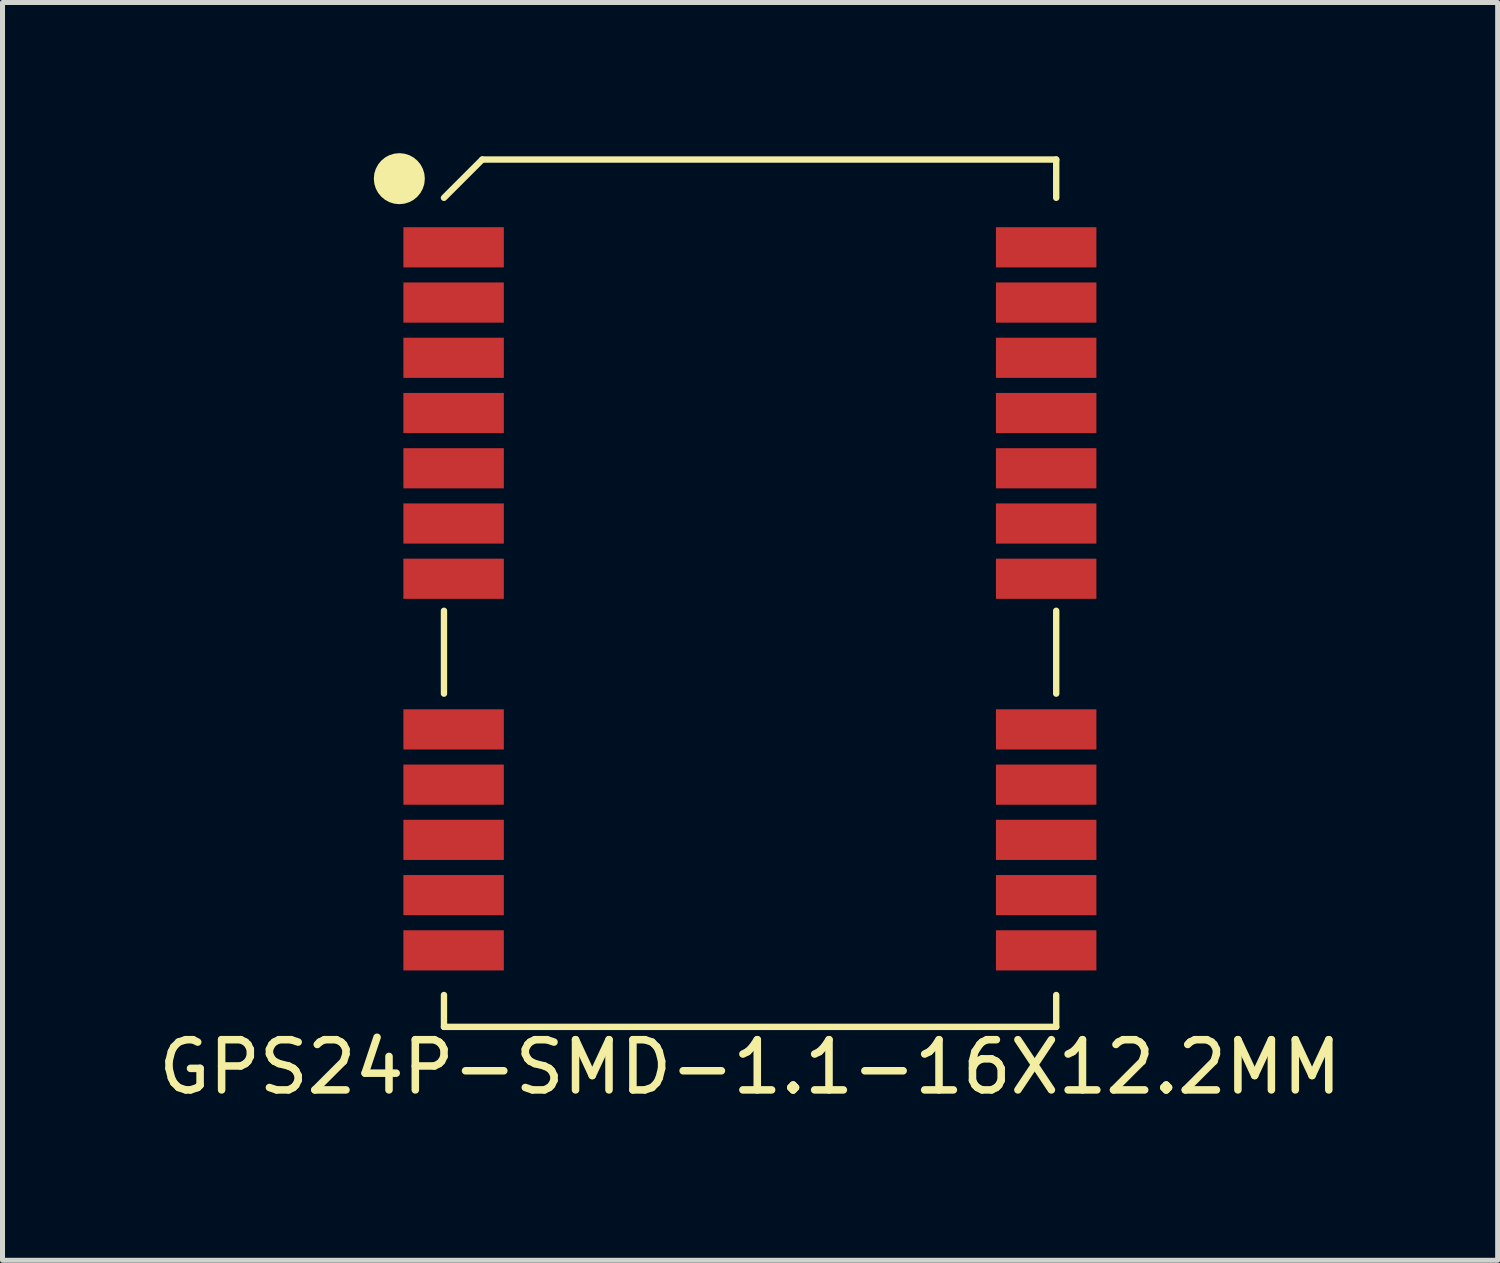
<source format=kicad_pcb>
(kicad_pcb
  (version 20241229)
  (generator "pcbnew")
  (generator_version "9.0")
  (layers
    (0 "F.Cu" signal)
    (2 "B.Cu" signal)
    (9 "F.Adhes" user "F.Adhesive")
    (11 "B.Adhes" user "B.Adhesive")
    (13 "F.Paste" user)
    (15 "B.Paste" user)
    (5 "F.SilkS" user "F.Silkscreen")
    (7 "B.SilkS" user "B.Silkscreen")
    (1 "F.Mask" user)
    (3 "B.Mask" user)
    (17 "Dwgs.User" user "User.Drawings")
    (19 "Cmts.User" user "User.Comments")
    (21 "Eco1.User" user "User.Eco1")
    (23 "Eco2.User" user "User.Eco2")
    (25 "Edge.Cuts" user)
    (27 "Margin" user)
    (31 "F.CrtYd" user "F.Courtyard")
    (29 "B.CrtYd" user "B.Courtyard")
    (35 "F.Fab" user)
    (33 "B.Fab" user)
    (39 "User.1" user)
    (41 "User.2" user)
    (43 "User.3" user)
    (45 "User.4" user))
  (footprint "GPS24P-SMD-1.1-16X12.2MM"
    (layer "F.Cu")
    (at 11.887 8.763)
    (property "Reference" "GPS24P-SMD-1.1-16X12.2MM" (at 0 9.436 0) (layer "F.SilkS") (effects (font (size 1 1) (thickness 0.15))))
    (attr smd)
    (fp_line (start -6.096 2) (end -6.096 0.35) (stroke (width 0.127) (type solid)) (layer "F.SilkS"))
    (fp_line (start -6.096 8.636) (end -6.096 8.001) (stroke (width 0.127) (type solid)) (layer "F.SilkS"))
    (fp_line (start -5.334 -8.636) (end -6.096 -7.874) (stroke (width 0.127) (type solid)) (layer "F.SilkS"))
    (fp_line (start 6.096 -8.636) (end -5.334 -8.636) (stroke (width 0.127) (type solid)) (layer "F.SilkS"))
    (fp_line (start 6.096 -7.874) (end 6.096 -8.636) (stroke (width 0.127) (type solid)) (layer "F.SilkS"))
    (fp_line (start 6.096 2) (end 6.096 0.35) (stroke (width 0.127) (type solid)) (layer "F.SilkS"))
    (fp_line (start 6.096 8.001) (end 6.096 8.636) (stroke (width 0.127) (type solid)) (layer "F.SilkS"))
    (fp_line (start 6.096 8.636) (end -6.096 8.636) (stroke (width 0.127) (type solid)) (layer "F.SilkS"))
    (fp_circle (center -6.985 -8.255) (end -6.731 -8.255) (stroke (width 0.508) (type solid)) (fill no) (layer "F.SilkS"))
    (pad "1" smd rect (at -5.904 -6.888 180) (size 2 0.8) (layers "F.Cu" "F.Mask" "F.Paste"))
    (pad "2" smd rect (at -5.904 -5.788 180) (size 2 0.8) (layers "F.Cu" "F.Mask" "F.Paste"))
    (pad "3" smd rect (at -5.904 -4.688 180) (size 2 0.8) (layers "F.Cu" "F.Mask" "F.Paste"))
    (pad "4" smd rect (at -5.904 -3.588 180) (size 2 0.8) (layers "F.Cu" "F.Mask" "F.Paste"))
    (pad "5" smd rect (at -5.904 -2.488 180) (size 2 0.8) (layers "F.Cu" "F.Mask" "F.Paste"))
    (pad "6" smd rect (at -5.904 -1.388 180) (size 2 0.8) (layers "F.Cu" "F.Mask" "F.Paste"))
    (pad "7" smd rect (at -5.904 -0.288 180) (size 2 0.8) (layers "F.Cu" "F.Mask" "F.Paste"))
    (pad "8" smd rect (at -5.904 2.712 180) (size 2 0.8) (layers "F.Cu" "F.Mask" "F.Paste"))
    (pad "9" smd rect (at -5.904 3.812 180) (size 2 0.8) (layers "F.Cu" "F.Mask" "F.Paste"))
    (pad "10" smd rect (at -5.904 4.912 180) (size 2 0.8) (layers "F.Cu" "F.Mask" "F.Paste"))
    (pad "11" smd rect (at -5.904 6.012 180) (size 2 0.8) (layers "F.Cu" "F.Mask" "F.Paste"))
    (pad "12" smd rect (at -5.904 7.112 180) (size 2 0.8) (layers "F.Cu" "F.Mask" "F.Paste"))
    (pad "13" smd rect (at 5.896 7.112 180) (size 2 0.8) (layers "F.Cu" "F.Mask" "F.Paste"))
    (pad "14" smd rect (at 5.896 6.012 180) (size 2 0.8) (layers "F.Cu" "F.Mask" "F.Paste"))
    (pad "15" smd rect (at 5.896 4.912 180) (size 2 0.8) (layers "F.Cu" "F.Mask" "F.Paste"))
    (pad "16" smd rect (at 5.896 3.812 180) (size 2 0.8) (layers "F.Cu" "F.Mask" "F.Paste"))
    (pad "17" smd rect (at 5.896 2.712 180) (size 2 0.8) (layers "F.Cu" "F.Mask" "F.Paste"))
    (pad "18" smd rect (at 5.896 -0.288 180) (size 2 0.8) (layers "F.Cu" "F.Mask" "F.Paste"))
    (pad "19" smd rect (at 5.896 -1.388 180) (size 2 0.8) (layers "F.Cu" "F.Mask" "F.Paste"))
    (pad "20" smd rect (at 5.896 -2.488 180) (size 2 0.8) (layers "F.Cu" "F.Mask" "F.Paste"))
    (pad "21" smd rect (at 5.896 -3.588 180) (size 2 0.8) (layers "F.Cu" "F.Mask" "F.Paste"))
    (pad "22" smd rect (at 5.896 -4.688 180) (size 2 0.8) (layers "F.Cu" "F.Mask" "F.Paste"))
    (pad "23" smd rect (at 5.896 -5.788 180) (size 2 0.8) (layers "F.Cu" "F.Mask" "F.Paste"))
    (pad "24" smd rect (at 5.896 -6.888 180) (size 2 0.8) (layers "F.Cu" "F.Mask" "F.Paste")))
  (gr_rect
    (start -3 -3)
    (end 26.774 22.047)
    (stroke (width 0.1) (type default))
    (fill no)
    (layer "Edge.Cuts")))
</source>
